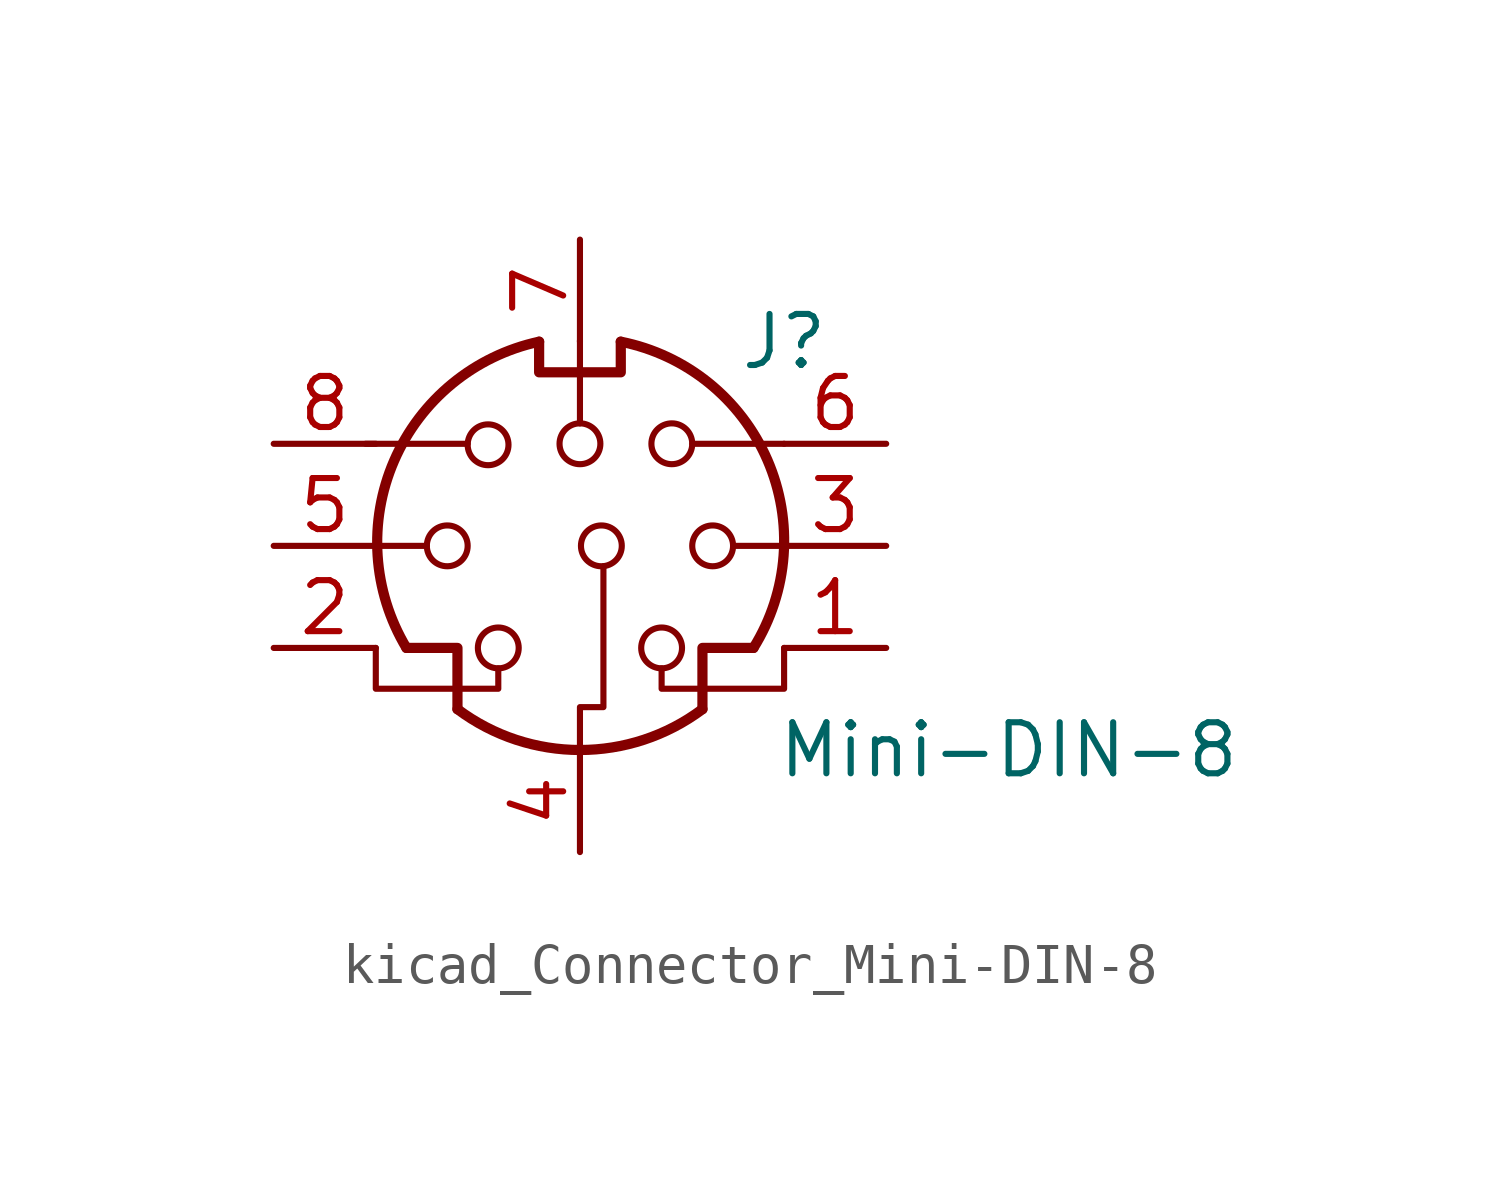
<source format=kicad_sym>
(kicad_symbol_lib
  (version 20220914)
  (generator kicad_symbol_editor)
  (symbol "kicad_Connector_Mini-DIN-8"
    (pin_names
      (offset 1.016))
    (property "Reference" "J"
      (at 5.08 5.08 0)
      (effects (font (size 1.27 1.27))))
    (property "Value" "Mini-DIN-8"
      (at 10.668 -5.08 0)
      (effects (font (size 1.27 1.27))))
    (symbol "kicad_Connector_Mini-DIN-8_0_1"
      (circle (center -3.302 0) (radius 0.508) (stroke (width 0) (type default)) (fill (type none)))
      (arc (start -3.048 -4.064) (mid 0 -5.08) (end 3.048 -4.064) (stroke (width 0.254) (type default)) (fill (type none)))
      (circle (center -2.286 2.515) (radius 0.508) (stroke (width 0) (type default)) (fill (type none)))
      (circle (center -2.032 -2.54) (radius 0.508) (stroke (width 0) (type default)) (fill (type none)))
      (arc (start -1.016 5.08) (mid -4.6228 2.1214) (end -4.318 -2.54) (stroke (width 0.254) (type default)) (fill (type none)))
      (polyline (pts (xy -3.81 0) (xy -5.08 0)) (stroke (width 0) (type default)) (fill (type none)))
      (polyline (pts (xy -2.794 2.54) (xy -5.334 2.54)) (stroke (width 0) (type default)) (fill (type none)))
      (polyline (pts (xy 0 5.105) (xy 0 3.048)) (stroke (width 0) (type default)) (fill (type none)))
      (polyline (pts (xy 2.794 2.54) (xy 5.08 2.54)) (stroke (width 0) (type default)) (fill (type none)))
      (polyline (pts (xy 5.08 0) (xy 3.81 0)) (stroke (width 0) (type default)) (fill (type none)))
      (polyline (pts (xy -4.318 -2.54) (xy -3.048 -2.54) (xy -3.048 -4.064)) (stroke (width 0.254) (type default)) (fill (type none)))
      (polyline (pts (xy 4.318 -2.54) (xy 3.048 -2.54) (xy 3.048 -4.064)) (stroke (width 0.254) (type default)) (fill (type none)))
      (polyline (pts (xy -2.032 -3.048) (xy -2.032 -3.556) (xy -5.08 -3.556) (xy -5.08 -2.54)) (stroke (width 0) (type default)) (fill (type none)))
      (polyline (pts (xy -1.016 5.08) (xy -1.016 4.318) (xy 1.016 4.318) (xy 1.016 5.08)) (stroke (width 0.254) (type default)) (fill (type none)))
      (polyline (pts (xy 0.584 -0.508) (xy 0.584 -4.013) (xy 0 -4.013) (xy 0 -5.182)) (stroke (width 0) (type default)) (fill (type none)))
      (polyline (pts (xy 2.032 -3.048) (xy 2.032 -3.556) (xy 5.08 -3.556) (xy 5.08 -2.54)) (stroke (width 0) (type default)) (fill (type none)))
      (circle (center 0 2.54) (radius 0.508) (stroke (width 0) (type default)) (fill (type none)))
      (circle (center 2.032 -2.54) (radius 0.508) (stroke (width 0) (type default)) (fill (type none)))
      (circle (center 2.286 2.54) (radius 0.508) (stroke (width 0) (type default)) (fill (type none)))
      (circle (center 3.302 0) (radius 0.508) (stroke (width 0) (type default)) (fill (type none)))
      (arc (start 4.318 -2.54) (mid 4.6661 2.1322) (end 1.016 5.08) (stroke (width 0.254) (type default)) (fill (type none))))
    (symbol "kicad_Connector_Mini-DIN-8_1_1"
      (circle (center 0.533 0) (radius 0.508) (stroke (width 0) (type default)) (fill (type none)))
      (pin passive line (at 7.62 -2.54 180) (length 2.54) (name "~" (effects (font (size 1.27 1.27)))) (number "1" (effects (font (size 1.27 1.27)))))
      (pin passive line (at -7.62 -2.54 0) (length 2.54) (name "~" (effects (font (size 1.27 1.27)))) (number "2" (effects (font (size 1.27 1.27)))))
      (pin passive line (at 7.62 0 180) (length 2.54) (name "~" (effects (font (size 1.27 1.27)))) (number "3" (effects (font (size 1.27 1.27)))))
      (pin passive line (at 0 -7.62 90) (length 2.54) (name "~" (effects (font (size 1.27 1.27)))) (number "4" (effects (font (size 1.27 1.27)))))
      (pin passive line (at -7.62 0 0) (length 2.54) (name "~" (effects (font (size 1.27 1.27)))) (number "5" (effects (font (size 1.27 1.27)))))
      (pin passive line (at 7.62 2.54 180) (length 2.54) (name "~" (effects (font (size 1.27 1.27)))) (number "6" (effects (font (size 1.27 1.27)))))
      (pin passive line (at 0 7.62 270) (length 2.54) (name "~" (effects (font (size 1.27 1.27)))) (number "7" (effects (font (size 1.27 1.27)))))
      (pin passive line (at -7.62 2.54 0) (length 2.54) (name "~" (effects (font (size 1.27 1.27)))) (number "8" (effects (font (size 1.27 1.27))))))))
</source>
